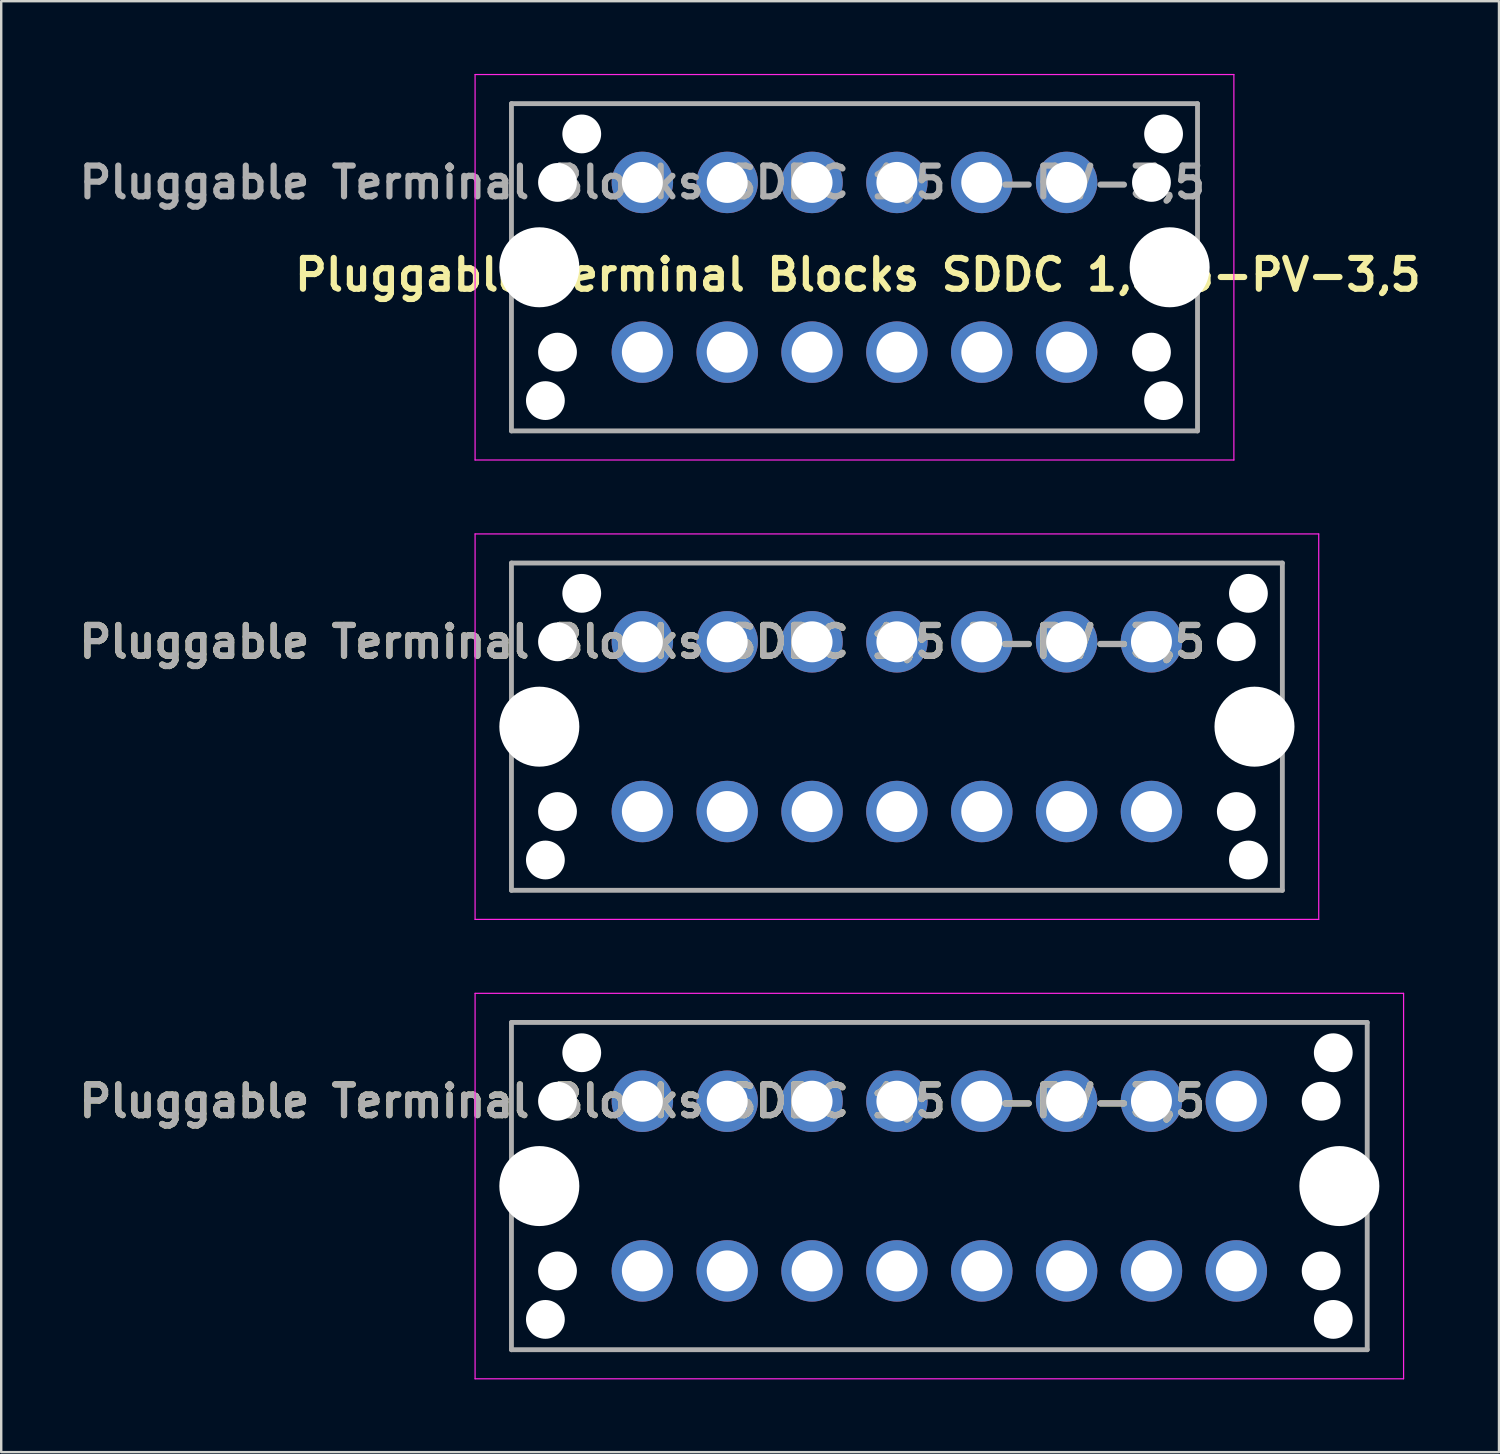
<source format=kicad_pcb>
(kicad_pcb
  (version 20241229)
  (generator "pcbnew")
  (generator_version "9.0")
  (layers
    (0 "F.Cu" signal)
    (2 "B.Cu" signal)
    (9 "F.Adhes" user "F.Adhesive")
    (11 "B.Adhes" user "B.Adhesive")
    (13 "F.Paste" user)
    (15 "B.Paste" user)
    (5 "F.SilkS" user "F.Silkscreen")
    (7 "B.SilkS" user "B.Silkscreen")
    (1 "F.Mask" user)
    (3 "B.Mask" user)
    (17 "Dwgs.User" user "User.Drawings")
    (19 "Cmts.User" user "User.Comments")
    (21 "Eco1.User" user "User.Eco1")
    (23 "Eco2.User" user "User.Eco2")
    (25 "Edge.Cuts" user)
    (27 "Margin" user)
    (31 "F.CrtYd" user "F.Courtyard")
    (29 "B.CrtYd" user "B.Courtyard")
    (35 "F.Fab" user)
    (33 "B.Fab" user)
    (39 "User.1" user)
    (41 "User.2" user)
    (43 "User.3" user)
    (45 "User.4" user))
  (footprint "Pluggable Terminal Blocks SDDC 1,5 7-PV-3,5"
    (layer "F.Cu")
    (at 23.447 23.425)
    (property "Reference" "Pluggable Terminal Blocks SDDC 1,5 7-PV-3,5" (at 0 0 0) (layer "F.SilkS") (effects (font (size 1.27 1.27) (thickness 0.254))))
    (attr through_hole)
    (fp_line (start -5.4 -3.25) (end 26.4 -3.25) (stroke (width 0.1) (type solid)) (layer "F.SilkS"))
    (fp_line (start 26.4 10.25) (end -5.4 10.25) (stroke (width 0.1) (type solid)) (layer "F.SilkS"))
    (fp_line (start -6.9 -4.45) (end 27.9 -4.45) (stroke (width 0.05) (type solid)) (layer "F.CrtYd"))
    (fp_line (start -6.9 11.45) (end -6.9 -4.45) (stroke (width 0.05) (type solid)) (layer "F.CrtYd"))
    (fp_line (start 27.9 -4.45) (end 27.9 11.45) (stroke (width 0.05) (type solid)) (layer "F.CrtYd"))
    (fp_line (start 27.9 11.45) (end -6.9 11.45) (stroke (width 0.05) (type solid)) (layer "F.CrtYd"))
    (fp_line (start -5.4 -3.25) (end 26.4 -3.25) (stroke (width 0.2) (type solid)) (layer "F.Fab"))
    (fp_line (start -5.4 10.25) (end -5.4 -3.25) (stroke (width 0.2) (type solid)) (layer "F.Fab"))
    (fp_line (start 26.4 -3.25) (end 26.4 10.25) (stroke (width 0.2) (type solid)) (layer "F.Fab"))
    (fp_line (start 26.4 10.25) (end -5.4 10.25) (stroke (width 0.2) (type solid)) (layer "F.Fab"))
    (fp_text user "${REFERENCE}" (at 0 0 0) (layer "F.Fab") (effects (font (size 1.27 1.27) (thickness 0.254))))
    (pad "" np_thru_hole circle (at -4.25 3.5) (size 3.3 3.3) (drill 3.3) (layers "*.Cu" "*.Mask"))
    (pad "" np_thru_hole circle (at -4 9) (size 1.6 1.6) (drill 1.6) (layers "*.Cu" "*.Mask"))
    (pad "" np_thru_hole circle (at -3.5 0) (size 1.6 1.6) (drill 1.6) (layers "*.Cu" "*.Mask"))
    (pad "" np_thru_hole circle (at -3.5 7) (size 1.6 1.6) (drill 1.6) (layers "*.Cu" "*.Mask"))
    (pad "" np_thru_hole circle (at -2.5 -2) (size 1.6 1.6) (drill 1.6) (layers "*.Cu" "*.Mask"))
    (pad "" np_thru_hole circle (at 24.5 0) (size 1.6 1.6) (drill 1.6) (layers "*.Cu" "*.Mask"))
    (pad "" np_thru_hole circle (at 24.5 7) (size 1.6 1.6) (drill 1.6) (layers "*.Cu" "*.Mask"))
    (pad "" np_thru_hole circle (at 25 -2) (size 1.6 1.6) (drill 1.6) (layers "*.Cu" "*.Mask"))
    (pad "" np_thru_hole circle (at 25 9) (size 1.6 1.6) (drill 1.6) (layers "*.Cu" "*.Mask"))
    (pad "" np_thru_hole circle (at 25.25 3.5) (size 3.3 3.3) (drill 3.3) (layers "*.Cu" "*.Mask"))
    (pad "1" thru_hole circle (at 0 0) (size 2.535 2.535) (drill 1.69) (layers "*.Cu" "*.Mask"))
    (pad "2" thru_hole circle (at 3.5 0) (size 2.535 2.535) (drill 1.69) (layers "*.Cu" "*.Mask"))
    (pad "3" thru_hole circle (at 7 0) (size 2.535 2.535) (drill 1.69) (layers "*.Cu" "*.Mask"))
    (pad "4" thru_hole circle (at 10.5 0) (size 2.535 2.535) (drill 1.69) (layers "*.Cu" "*.Mask"))
    (pad "5" thru_hole circle (at 14 0) (size 2.535 2.535) (drill 1.69) (layers "*.Cu" "*.Mask"))
    (pad "6" thru_hole circle (at 17.5 0) (size 2.535 2.535) (drill 1.69) (layers "*.Cu" "*.Mask"))
    (pad "7" thru_hole circle (at 21 0) (size 2.535 2.535) (drill 1.69) (layers "*.Cu" "*.Mask"))
    (pad "8" thru_hole circle (at 0 7) (size 2.535 2.535) (drill 1.69) (layers "*.Cu" "*.Mask"))
    (pad "9" thru_hole circle (at 3.5 7) (size 2.535 2.535) (drill 1.69) (layers "*.Cu" "*.Mask"))
    (pad "10" thru_hole circle (at 7 7) (size 2.535 2.535) (drill 1.69) (layers "*.Cu" "*.Mask"))
    (pad "11" thru_hole circle (at 10.5 7) (size 2.535 2.535) (drill 1.69) (layers "*.Cu" "*.Mask"))
    (pad "12" thru_hole circle (at 14 7) (size 2.535 2.535) (drill 1.69) (layers "*.Cu" "*.Mask"))
    (pad "13" thru_hole circle (at 17.5 7) (size 2.535 2.535) (drill 1.69) (layers "*.Cu" "*.Mask"))
    (pad "14" thru_hole circle (at 21 7) (size 2.535 2.535) (drill 1.69) (layers "*.Cu" "*.Mask")))
  (footprint "Pluggable Terminal Blocks SDDC 1,5 6-PV-3,5"
    (layer "F.Cu")
    (at 23.447 4.475)
    (property "Reference" "Pluggable Terminal Blocks SDDC 1,5 6-PV-3,5" (at 8.89 3.81 0) (layer "F.SilkS") (effects (font (size 1.27 1.27) (thickness 0.254))))
    (attr through_hole)
    (fp_line (start -5.4 -3.25) (end 22.9 -3.25) (stroke (width 0.1) (type solid)) (layer "F.SilkS"))
    (fp_line (start 22.9 10.25) (end -5.4 10.25) (stroke (width 0.1) (type solid)) (layer "F.SilkS"))
    (fp_line (start -6.9 -4.45) (end 24.4 -4.45) (stroke (width 0.05) (type solid)) (layer "F.CrtYd"))
    (fp_line (start -6.9 11.45) (end -6.9 -4.45) (stroke (width 0.05) (type solid)) (layer "F.CrtYd"))
    (fp_line (start 24.4 -4.45) (end 24.4 11.45) (stroke (width 0.05) (type solid)) (layer "F.CrtYd"))
    (fp_line (start 24.4 11.45) (end -6.9 11.45) (stroke (width 0.05) (type solid)) (layer "F.CrtYd"))
    (fp_line (start -5.4 -3.25) (end 22.9 -3.25) (stroke (width 0.2) (type solid)) (layer "F.Fab"))
    (fp_line (start -5.4 10.25) (end -5.4 -3.25) (stroke (width 0.2) (type solid)) (layer "F.Fab"))
    (fp_line (start 22.9 -3.25) (end 22.9 10.25) (stroke (width 0.2) (type solid)) (layer "F.Fab"))
    (fp_line (start 22.9 10.25) (end -5.4 10.25) (stroke (width 0.2) (type solid)) (layer "F.Fab"))
    (fp_text user "${REFERENCE}" (at 0 0 0) (layer "F.Fab") (effects (font (size 1.27 1.27) (thickness 0.254))))
    (pad "" np_thru_hole circle (at -4.25 3.5) (size 3.3 3.3) (drill 3.3) (layers "*.Cu" "*.Mask"))
    (pad "" np_thru_hole circle (at -4 9) (size 1.6 1.6) (drill 1.6) (layers "*.Cu" "*.Mask"))
    (pad "" np_thru_hole circle (at -3.5 0) (size 1.6 1.6) (drill 1.6) (layers "*.Cu" "*.Mask"))
    (pad "" np_thru_hole circle (at -3.5 7) (size 1.6 1.6) (drill 1.6) (layers "*.Cu" "*.Mask"))
    (pad "" np_thru_hole circle (at -2.5 -2) (size 1.6 1.6) (drill 1.6) (layers "*.Cu" "*.Mask"))
    (pad "" np_thru_hole circle (at 21 0) (size 1.6 1.6) (drill 1.6) (layers "*.Cu" "*.Mask"))
    (pad "" np_thru_hole circle (at 21 7) (size 1.6 1.6) (drill 1.6) (layers "*.Cu" "*.Mask"))
    (pad "" np_thru_hole circle (at 21.5 -2) (size 1.6 1.6) (drill 1.6) (layers "*.Cu" "*.Mask"))
    (pad "" np_thru_hole circle (at 21.5 9) (size 1.6 1.6) (drill 1.6) (layers "*.Cu" "*.Mask"))
    (pad "" np_thru_hole circle (at 21.75 3.5) (size 3.3 3.3) (drill 3.3) (layers "*.Cu" "*.Mask"))
    (pad "1" thru_hole circle (at 0 0) (size 2.535 2.535) (drill 1.69) (layers "*.Cu" "*.Mask"))
    (pad "2" thru_hole circle (at 3.5 0) (size 2.535 2.535) (drill 1.69) (layers "*.Cu" "*.Mask"))
    (pad "3" thru_hole circle (at 7 0) (size 2.535 2.535) (drill 1.69) (layers "*.Cu" "*.Mask"))
    (pad "4" thru_hole circle (at 10.5 0) (size 2.535 2.535) (drill 1.69) (layers "*.Cu" "*.Mask"))
    (pad "5" thru_hole circle (at 14 0) (size 2.535 2.535) (drill 1.69) (layers "*.Cu" "*.Mask"))
    (pad "6" thru_hole circle (at 17.5 0) (size 2.535 2.535) (drill 1.69) (layers "*.Cu" "*.Mask"))
    (pad "7" thru_hole circle (at 0 7) (size 2.535 2.535) (drill 1.69) (layers "*.Cu" "*.Mask"))
    (pad "8" thru_hole circle (at 3.5 7) (size 2.535 2.535) (drill 1.69) (layers "*.Cu" "*.Mask"))
    (pad "9" thru_hole circle (at 7 7) (size 2.535 2.535) (drill 1.69) (layers "*.Cu" "*.Mask"))
    (pad "10" thru_hole circle (at 10.5 7) (size 2.535 2.535) (drill 1.69) (layers "*.Cu" "*.Mask"))
    (pad "11" thru_hole circle (at 14 7) (size 2.535 2.535) (drill 1.69) (layers "*.Cu" "*.Mask"))
    (pad "12" thru_hole circle (at 17.5 7) (size 2.535 2.535) (drill 1.69) (layers "*.Cu" "*.Mask")))
  (footprint "Pluggable Terminal Blocks SDDC 1,5 8-PV-3,5"
    (layer "F.Cu")
    (at 23.447 42.375)
    (property "Reference" "Pluggable Terminal Blocks SDDC 1,5 8-PV-3,5" (at 0 0 0) (layer "F.SilkS") (effects (font (size 1.27 1.27) (thickness 0.254))))
    (attr through_hole)
    (fp_line (start -5.4 -3.25) (end 29.9 -3.25) (stroke (width 0.1) (type solid)) (layer "F.SilkS"))
    (fp_line (start 29.9 10.25) (end -5.4 10.25) (stroke (width 0.1) (type solid)) (layer "F.SilkS"))
    (fp_line (start -6.9 -4.45) (end 31.4 -4.45) (stroke (width 0.05) (type solid)) (layer "F.CrtYd"))
    (fp_line (start -6.9 11.45) (end -6.9 -4.45) (stroke (width 0.05) (type solid)) (layer "F.CrtYd"))
    (fp_line (start 31.4 -4.45) (end 31.4 11.45) (stroke (width 0.05) (type solid)) (layer "F.CrtYd"))
    (fp_line (start 31.4 11.45) (end -6.9 11.45) (stroke (width 0.05) (type solid)) (layer "F.CrtYd"))
    (fp_line (start -5.4 -3.25) (end 29.9 -3.25) (stroke (width 0.2) (type solid)) (layer "F.Fab"))
    (fp_line (start -5.4 10.25) (end -5.4 -3.25) (stroke (width 0.2) (type solid)) (layer "F.Fab"))
    (fp_line (start 29.9 -3.25) (end 29.9 10.25) (stroke (width 0.2) (type solid)) (layer "F.Fab"))
    (fp_line (start 29.9 10.25) (end -5.4 10.25) (stroke (width 0.2) (type solid)) (layer "F.Fab"))
    (fp_text user "${REFERENCE}" (at 0 0 0) (layer "F.Fab") (effects (font (size 1.27 1.27) (thickness 0.254))))
    (pad "" np_thru_hole circle (at -4.25 3.5) (size 3.3 3.3) (drill 3.3) (layers "*.Cu" "*.Mask"))
    (pad "" np_thru_hole circle (at -4 9) (size 1.6 1.6) (drill 1.6) (layers "*.Cu" "*.Mask"))
    (pad "" np_thru_hole circle (at -3.5 0) (size 1.6 1.6) (drill 1.6) (layers "*.Cu" "*.Mask"))
    (pad "" np_thru_hole circle (at -3.5 7) (size 1.6 1.6) (drill 1.6) (layers "*.Cu" "*.Mask"))
    (pad "" np_thru_hole circle (at -2.5 -2) (size 1.6 1.6) (drill 1.6) (layers "*.Cu" "*.Mask"))
    (pad "" np_thru_hole circle (at 28 0) (size 1.6 1.6) (drill 1.6) (layers "*.Cu" "*.Mask"))
    (pad "" np_thru_hole circle (at 28 7) (size 1.6 1.6) (drill 1.6) (layers "*.Cu" "*.Mask"))
    (pad "" np_thru_hole circle (at 28.5 -2) (size 1.6 1.6) (drill 1.6) (layers "*.Cu" "*.Mask"))
    (pad "" np_thru_hole circle (at 28.5 9) (size 1.6 1.6) (drill 1.6) (layers "*.Cu" "*.Mask"))
    (pad "" np_thru_hole circle (at 28.75 3.5) (size 3.3 3.3) (drill 3.3) (layers "*.Cu" "*.Mask"))
    (pad "1" thru_hole circle (at 0 0) (size 2.535 2.535) (drill 1.69) (layers "*.Cu" "*.Mask"))
    (pad "2" thru_hole circle (at 3.5 0) (size 2.535 2.535) (drill 1.69) (layers "*.Cu" "*.Mask"))
    (pad "3" thru_hole circle (at 7 0) (size 2.535 2.535) (drill 1.69) (layers "*.Cu" "*.Mask"))
    (pad "4" thru_hole circle (at 10.5 0) (size 2.535 2.535) (drill 1.69) (layers "*.Cu" "*.Mask"))
    (pad "5" thru_hole circle (at 14 0) (size 2.535 2.535) (drill 1.69) (layers "*.Cu" "*.Mask"))
    (pad "6" thru_hole circle (at 17.5 0) (size 2.535 2.535) (drill 1.69) (layers "*.Cu" "*.Mask"))
    (pad "7" thru_hole circle (at 21 0) (size 2.535 2.535) (drill 1.69) (layers "*.Cu" "*.Mask"))
    (pad "8" thru_hole circle (at 24.5 0) (size 2.535 2.535) (drill 1.69) (layers "*.Cu" "*.Mask"))
    (pad "9" thru_hole circle (at 0 7) (size 2.535 2.535) (drill 1.69) (layers "*.Cu" "*.Mask"))
    (pad "10" thru_hole circle (at 3.5 7) (size 2.535 2.535) (drill 1.69) (layers "*.Cu" "*.Mask"))
    (pad "11" thru_hole circle (at 7 7) (size 2.535 2.535) (drill 1.69) (layers "*.Cu" "*.Mask"))
    (pad "12" thru_hole circle (at 10.5 7) (size 2.535 2.535) (drill 1.69) (layers "*.Cu" "*.Mask"))
    (pad "13" thru_hole circle (at 14 7) (size 2.535 2.535) (drill 1.69) (layers "*.Cu" "*.Mask"))
    (pad "14" thru_hole circle (at 17.5 7) (size 2.535 2.535) (drill 1.69) (layers "*.Cu" "*.Mask"))
    (pad "15" thru_hole circle (at 21 7) (size 2.535 2.535) (drill 1.69) (layers "*.Cu" "*.Mask"))
    (pad "16" thru_hole circle (at 24.5 7) (size 2.535 2.535) (drill 1.69) (layers "*.Cu" "*.Mask")))
  (gr_rect
    (start -3 -3)
    (end 58.783 56.85)
    (stroke (width 0.1) (type default))
    (fill no)
    (layer "Edge.Cuts")))
</source>
